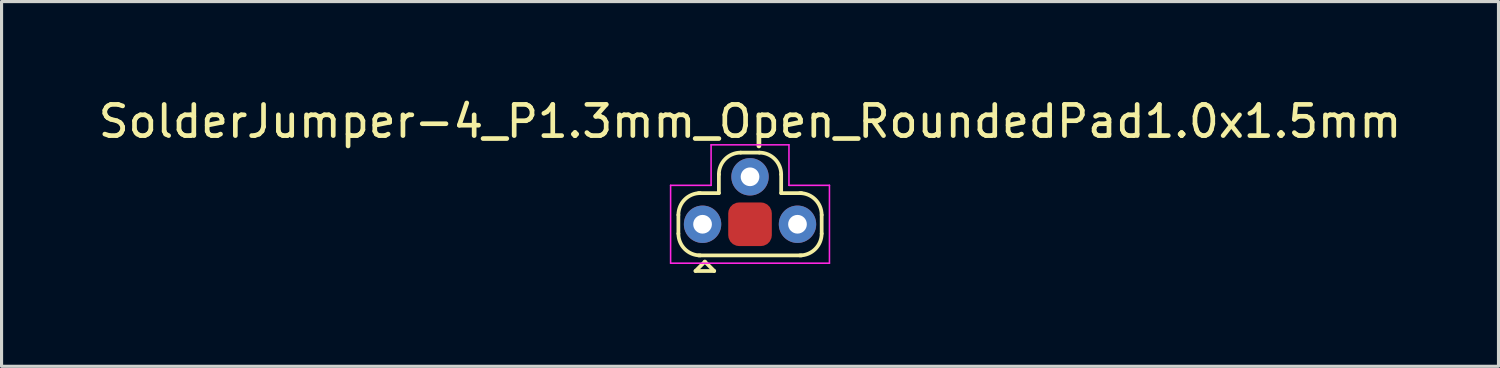
<source format=kicad_pcb>
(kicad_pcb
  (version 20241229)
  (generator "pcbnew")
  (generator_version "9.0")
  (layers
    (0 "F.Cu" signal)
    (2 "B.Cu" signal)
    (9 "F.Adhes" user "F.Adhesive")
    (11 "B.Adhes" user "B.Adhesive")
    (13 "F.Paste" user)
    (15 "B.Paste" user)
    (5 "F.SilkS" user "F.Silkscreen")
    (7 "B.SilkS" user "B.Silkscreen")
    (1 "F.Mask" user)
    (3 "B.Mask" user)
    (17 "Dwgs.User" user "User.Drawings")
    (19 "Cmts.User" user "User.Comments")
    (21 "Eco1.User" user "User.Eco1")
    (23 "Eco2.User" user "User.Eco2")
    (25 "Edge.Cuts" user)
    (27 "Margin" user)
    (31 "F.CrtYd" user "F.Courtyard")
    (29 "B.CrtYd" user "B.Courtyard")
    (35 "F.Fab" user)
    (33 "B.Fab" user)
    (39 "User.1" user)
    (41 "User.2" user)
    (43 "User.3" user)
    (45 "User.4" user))
  (footprint "SolderJumper-4_P1.3mm_Open_RoundedPad1.0x1.5mm"
    (layer "F.Cu")
    (at 21.03 4.15)
    (property "Reference" "SolderJumper-4_P1.3mm_Open_RoundedPad1.0x1.5mm" (at 0 -3.302 0) (layer "F.SilkS") (effects (font (size 1 1) (thickness 0.15))))
    (attr exclude_from_pos_files exclude_from_bom)
    (fp_line (start -2.3 0.3) (end -2.3 -0.3) (stroke (width 0.12) (type solid)) (layer "F.SilkS"))
    (fp_line (start -1.75 1.5) (end -1.15 1.5) (stroke (width 0.12) (type solid)) (layer "F.SilkS"))
    (fp_line (start -1.65 -1) (end -1 -1) (stroke (width 0.12) (type solid)) (layer "F.SilkS"))
    (fp_line (start -1.45 1.2) (end -1.75 1.5) (stroke (width 0.12) (type solid)) (layer "F.SilkS"))
    (fp_line (start -1.45 1.2) (end -1.15 1.5) (stroke (width 0.12) (type solid)) (layer "F.SilkS"))
    (fp_line (start -1 -1) (end -1 -1.6) (stroke (width 0.12) (type solid)) (layer "F.SilkS"))
    (fp_line (start 0.3 -2.3) (end -0.3 -2.3) (stroke (width 0.12) (type solid)) (layer "F.SilkS"))
    (fp_line (start 1 -1.6) (end 1 -1) (stroke (width 0.12) (type solid)) (layer "F.SilkS"))
    (fp_line (start 1 -1) (end 1.65 -1) (stroke (width 0.12) (type solid)) (layer "F.SilkS"))
    (fp_line (start 1.65 1) (end -1.65 1) (stroke (width 0.12) (type solid)) (layer "F.SilkS"))
    (fp_line (start 2.3 -0.3) (end 2.3 0.3) (stroke (width 0.12) (type solid)) (layer "F.SilkS"))
    (fp_arc (start -2.3 -0.3) (mid -2.094975 -0.794975) (end -1.6 -1) (stroke (width 0.12) (type solid)) (layer "F.SilkS"))
    (fp_arc (start -1.6 1) (mid -2.094975 0.794975) (end -2.3 0.3) (stroke (width 0.12) (type solid)) (layer "F.SilkS"))
    (fp_arc (start -1 -1.6) (mid -0.794975 -2.094975) (end -0.3 -2.3) (stroke (width 0.12) (type solid)) (layer "F.SilkS"))
    (fp_arc (start 0.3 -2.3) (mid 0.794975 -2.094975) (end 1 -1.6) (stroke (width 0.12) (type solid)) (layer "F.SilkS"))
    (fp_arc (start 1.6 -1) (mid 2.094975 -0.794975) (end 2.3 -0.3) (stroke (width 0.12) (type solid)) (layer "F.SilkS"))
    (fp_arc (start 2.3 0.3) (mid 2.094975 0.794975) (end 1.6 1) (stroke (width 0.12) (type solid)) (layer "F.SilkS"))
    (fp_line (start -2.55 -1.25) (end -2.55 1.25) (stroke (width 0.05) (type solid)) (layer "F.CrtYd"))
    (fp_line (start -2.55 -1.25) (end -1.25 -1.25) (stroke (width 0.05) (type solid)) (layer "F.CrtYd"))
    (fp_line (start -1.25 -2.55) (end -1.25 -1.25) (stroke (width 0.05) (type solid)) (layer "F.CrtYd"))
    (fp_line (start 1.25 -2.55) (end -1.25 -2.55) (stroke (width 0.05) (type solid)) (layer "F.CrtYd"))
    (fp_line (start 1.25 -1.25) (end 1.25 -2.55) (stroke (width 0.05) (type solid)) (layer "F.CrtYd"))
    (fp_line (start 1.25 -1.25) (end 2.55 -1.25) (stroke (width 0.05) (type solid)) (layer "F.CrtYd"))
    (fp_line (start 2.55 1.25) (end -2.55 1.25) (stroke (width 0.05) (type solid)) (layer "F.CrtYd"))
    (fp_line (start 2.55 1.25) (end 2.55 -1.25) (stroke (width 0.05) (type solid)) (layer "F.CrtYd"))
    (pad "1" thru_hole circle (at -1.524 0) (size 1.2 1.2) (drill 0.6) (layers "*.Cu" "*.Mask"))
    (pad "2" smd roundrect (at 0 0) (size 1.4 1.4) (layers "F.Cu" "F.Mask") (roundrect_rratio 0.25))
    (pad "3" thru_hole circle (at 1.524 0) (size 1.2 1.2) (drill 0.6) (layers "*.Cu" "*.Mask"))
    (pad "4" thru_hole circle (at 0 -1.524 90) (size 1.2 1.2) (drill 0.6) (layers "*.Cu" "*.Mask")))
  (gr_rect
    (start -3 -3)
    (end 45.06 8.71)
    (stroke (width 0.1) (type default))
    (fill no)
    (layer "Edge.Cuts")))
</source>
